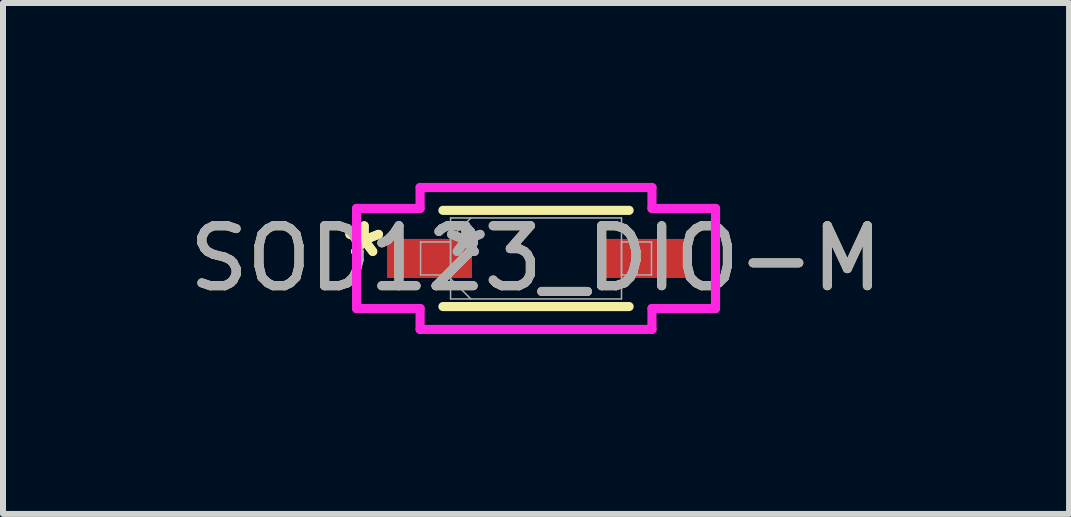
<source format=kicad_pcb>
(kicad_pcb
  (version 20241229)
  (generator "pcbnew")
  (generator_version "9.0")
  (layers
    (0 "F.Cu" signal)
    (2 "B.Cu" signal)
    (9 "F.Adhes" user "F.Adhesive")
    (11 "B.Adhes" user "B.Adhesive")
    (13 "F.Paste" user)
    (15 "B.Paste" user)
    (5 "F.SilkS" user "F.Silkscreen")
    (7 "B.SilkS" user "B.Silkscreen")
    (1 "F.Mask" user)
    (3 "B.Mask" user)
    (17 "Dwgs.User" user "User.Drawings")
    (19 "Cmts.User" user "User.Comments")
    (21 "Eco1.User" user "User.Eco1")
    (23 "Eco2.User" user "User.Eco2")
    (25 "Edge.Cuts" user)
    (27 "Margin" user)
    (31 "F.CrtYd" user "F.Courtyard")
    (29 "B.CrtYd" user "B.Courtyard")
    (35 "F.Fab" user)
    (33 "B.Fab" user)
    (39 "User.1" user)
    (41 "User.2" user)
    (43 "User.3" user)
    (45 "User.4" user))
  (footprint "SOD123_DIO-M"
    (layer "F.Cu")
    (at 5.887 1.259)
    (property "Reference" "SOD123_DIO-M" (at 0 0 0) (unlocked yes) (layer "F.SilkS") (effects (font (size 1 1) (thickness 0.15))))
    (attr smd)
    (fp_line (start -1.552 0.802) (end 1.552 0.802) (stroke (width 0.152) (type solid)) (layer "F.SilkS"))
    (fp_line (start 1.552 -0.802) (end -1.552 -0.802) (stroke (width 0.152) (type solid)) (layer "F.SilkS"))
    (fp_line (start -2.992 -0.834) (end -1.933 -0.834) (stroke (width 0.152) (type solid)) (layer "F.CrtYd"))
    (fp_line (start -2.992 0.834) (end -2.992 -0.834) (stroke (width 0.152) (type solid)) (layer "F.CrtYd"))
    (fp_line (start -1.933 -1.183) (end 1.933 -1.183) (stroke (width 0.152) (type solid)) (layer "F.CrtYd"))
    (fp_line (start -1.933 -0.834) (end -1.933 -1.183) (stroke (width 0.152) (type solid)) (layer "F.CrtYd"))
    (fp_line (start -1.933 0.834) (end -2.992 0.834) (stroke (width 0.152) (type solid)) (layer "F.CrtYd"))
    (fp_line (start -1.933 1.183) (end -1.933 0.834) (stroke (width 0.152) (type solid)) (layer "F.CrtYd"))
    (fp_line (start 1.933 -1.183) (end 1.933 -0.834) (stroke (width 0.152) (type solid)) (layer "F.CrtYd"))
    (fp_line (start 1.933 -0.834) (end 2.992 -0.834) (stroke (width 0.152) (type solid)) (layer "F.CrtYd"))
    (fp_line (start 1.933 0.834) (end 1.933 1.183) (stroke (width 0.152) (type solid)) (layer "F.CrtYd"))
    (fp_line (start 1.933 1.183) (end -1.933 1.183) (stroke (width 0.152) (type solid)) (layer "F.CrtYd"))
    (fp_line (start 2.992 -0.834) (end 2.992 0.834) (stroke (width 0.152) (type solid)) (layer "F.CrtYd"))
    (fp_line (start 2.992 0.834) (end 1.933 0.834) (stroke (width 0.152) (type solid)) (layer "F.CrtYd"))
    (fp_line (start -1.925 -0.275) (end -1.925 0.275) (stroke (width 0.025) (type solid)) (layer "F.Fab"))
    (fp_line (start -1.925 0.275) (end -1.425 0.275) (stroke (width 0.025) (type solid)) (layer "F.Fab"))
    (fp_line (start -1.425 -0.675) (end -1.425 0.675) (stroke (width 0.025) (type solid)) (layer "F.Fab"))
    (fp_line (start -1.425 -0.338) (end -1.087 -0.675) (stroke (width 0.025) (type solid)) (layer "F.Fab"))
    (fp_line (start -1.425 -0.275) (end -1.925 -0.275) (stroke (width 0.025) (type solid)) (layer "F.Fab"))
    (fp_line (start -1.425 0.275) (end -1.425 -0.275) (stroke (width 0.025) (type solid)) (layer "F.Fab"))
    (fp_line (start -1.425 0.338) (end -1.087 0.675) (stroke (width 0.025) (type solid)) (layer "F.Fab"))
    (fp_line (start -1.425 0.675) (end 1.425 0.675) (stroke (width 0.025) (type solid)) (layer "F.Fab"))
    (fp_line (start 1.425 -0.675) (end -1.425 -0.675) (stroke (width 0.025) (type solid)) (layer "F.Fab"))
    (fp_line (start 1.425 -0.275) (end 1.425 0.275) (stroke (width 0.025) (type solid)) (layer "F.Fab"))
    (fp_line (start 1.425 0.275) (end 1.925 0.275) (stroke (width 0.025) (type solid)) (layer "F.Fab"))
    (fp_line (start 1.425 0.675) (end 1.425 -0.675) (stroke (width 0.025) (type solid)) (layer "F.Fab"))
    (fp_line (start 1.925 -0.275) (end 1.425 -0.275) (stroke (width 0.025) (type solid)) (layer "F.Fab"))
    (fp_line (start 1.925 0.275) (end 1.925 -0.275) (stroke (width 0.025) (type solid)) (layer "F.Fab"))
    (fp_text user "*" (at -2.865 0 0) (layer "F.SilkS") (effects (font (size 1 1) (thickness 0.15))))
    (fp_text user "*" (at -2.865 0 0) (unlocked yes) (layer "F.SilkS") (effects (font (size 1 1) (thickness 0.15))))
    (fp_text user "*" (at -1.171 0 0) (unlocked yes) (layer "F.Fab") (effects (font (size 1 1) (thickness 0.15))))
    (fp_text user "*" (at -1.171 0 0) (layer "F.Fab") (effects (font (size 1 1) (thickness 0.15))))
    (fp_text user "${REFERENCE}" (at 0 0 0) (unlocked yes) (layer "F.Fab") (effects (font (size 1 1) (thickness 0.15))))
    (pad "1" smd rect (at -1.776 0) (size 1.416 0.652) (layers "F.Cu" "F.Mask" "F.Paste"))
    (pad "2" smd rect (at 1.776 0) (size 1.416 0.652) (layers "F.Cu" "F.Mask" "F.Paste")))
  (gr_rect
    (start -3 -3)
    (end 14.774 5.518)
    (stroke (width 0.1) (type default))
    (fill no)
    (layer "Edge.Cuts")))
</source>
